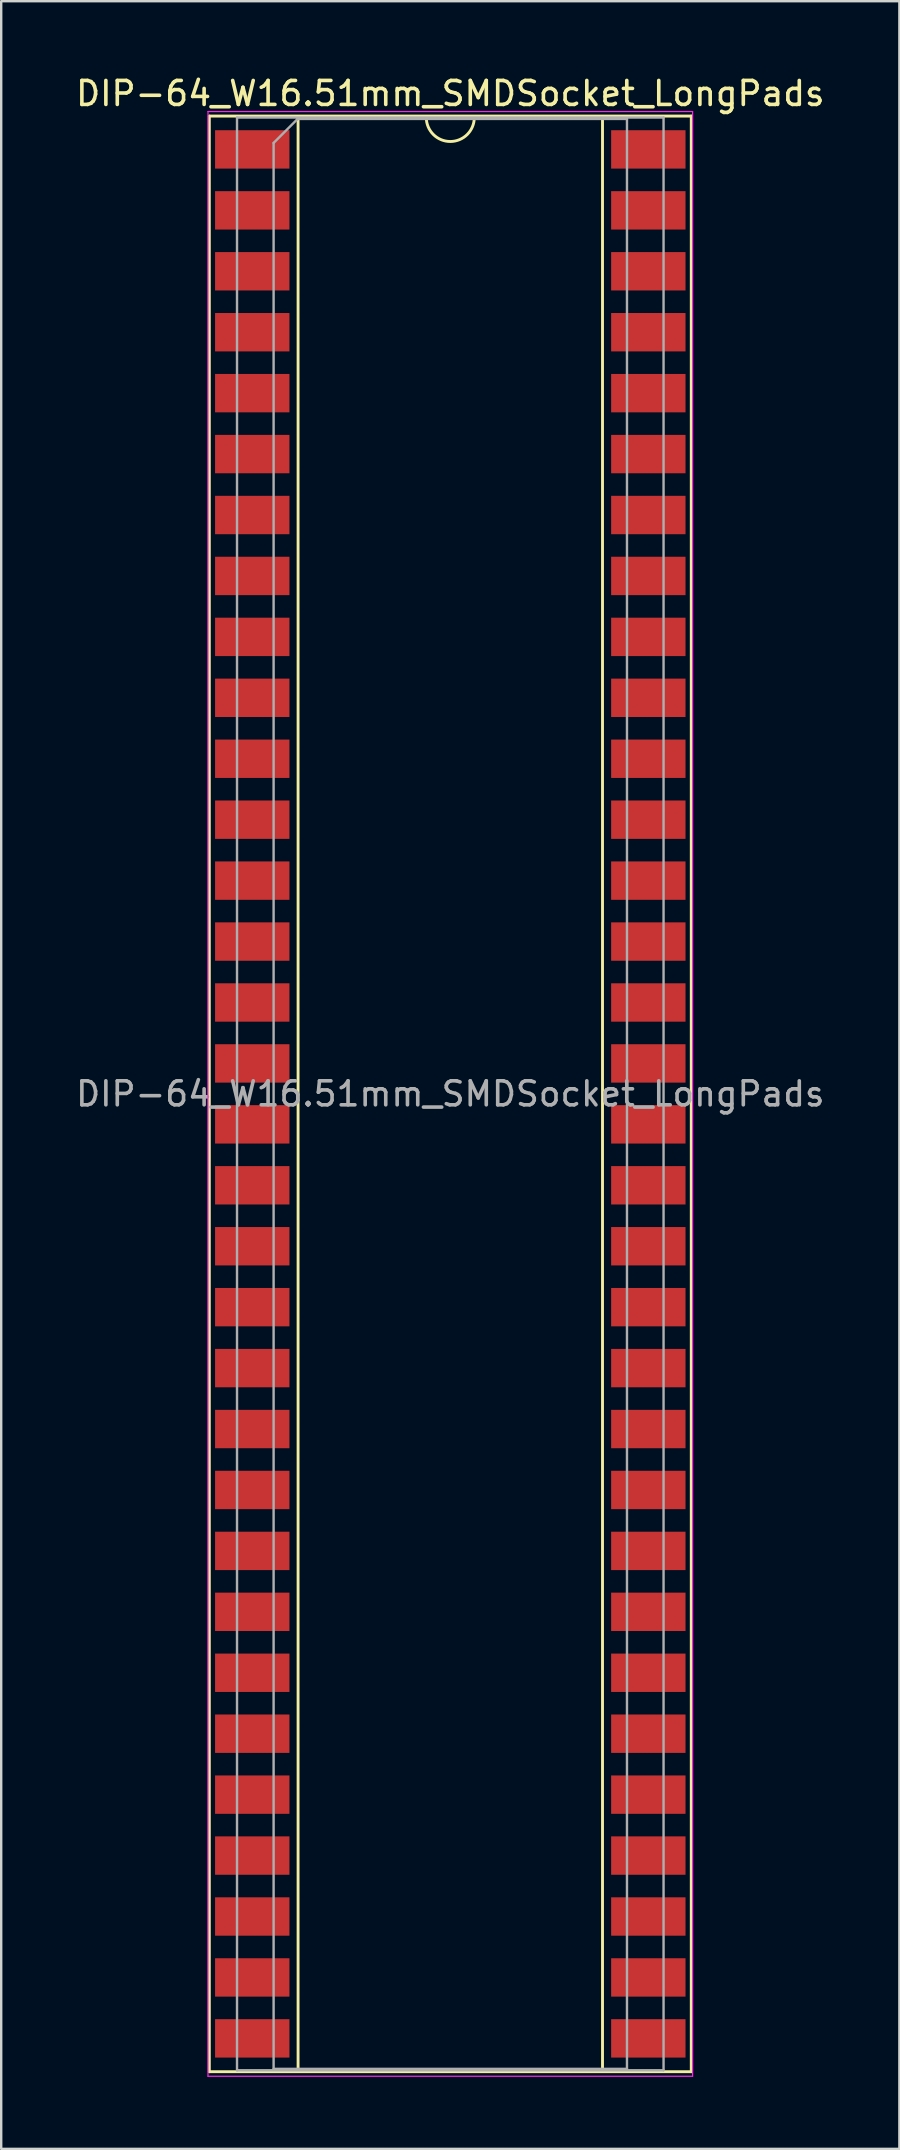
<source format=kicad_pcb>
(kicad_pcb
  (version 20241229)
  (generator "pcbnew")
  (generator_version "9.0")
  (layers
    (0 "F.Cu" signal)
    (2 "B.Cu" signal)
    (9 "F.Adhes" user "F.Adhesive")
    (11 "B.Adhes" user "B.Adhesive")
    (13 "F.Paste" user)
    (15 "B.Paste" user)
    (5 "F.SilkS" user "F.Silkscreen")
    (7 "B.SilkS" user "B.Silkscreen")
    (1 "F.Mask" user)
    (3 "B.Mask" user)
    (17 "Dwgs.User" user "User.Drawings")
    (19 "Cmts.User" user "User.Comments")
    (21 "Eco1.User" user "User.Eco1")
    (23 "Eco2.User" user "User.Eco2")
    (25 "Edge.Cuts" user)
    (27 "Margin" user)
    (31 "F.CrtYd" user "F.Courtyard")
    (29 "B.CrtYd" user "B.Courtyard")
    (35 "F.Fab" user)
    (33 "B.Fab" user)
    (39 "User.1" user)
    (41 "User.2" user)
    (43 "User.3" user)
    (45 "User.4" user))
  (footprint "DIP-64_W16.51mm_SMDSocket_LongPads"
    (layer "F.Cu")
    (at 15.72 42.548)
    (property "Reference" "DIP-64_W16.51mm_SMDSocket_LongPads" (at 0 -41.7 0) (layer "F.SilkS") (effects (font (size 1 1) (thickness 0.15))))
    (attr smd)
    (fp_line (start -10.045 -40.76) (end -10.045 40.76) (stroke (width 0.12) (type solid)) (layer "F.SilkS"))
    (fp_line (start -10.045 40.76) (end 10.045 40.76) (stroke (width 0.12) (type solid)) (layer "F.SilkS"))
    (fp_line (start -6.345 -40.7) (end -6.345 40.7) (stroke (width 0.12) (type solid)) (layer "F.SilkS"))
    (fp_line (start -6.345 40.7) (end 6.345 40.7) (stroke (width 0.12) (type solid)) (layer "F.SilkS"))
    (fp_line (start -1 -40.7) (end -6.345 -40.7) (stroke (width 0.12) (type solid)) (layer "F.SilkS"))
    (fp_line (start 6.345 -40.7) (end 1 -40.7) (stroke (width 0.12) (type solid)) (layer "F.SilkS"))
    (fp_line (start 6.345 40.7) (end 6.345 -40.7) (stroke (width 0.12) (type solid)) (layer "F.SilkS"))
    (fp_line (start 10.045 -40.76) (end -10.045 -40.76) (stroke (width 0.12) (type solid)) (layer "F.SilkS"))
    (fp_line (start 10.045 40.76) (end 10.045 -40.76) (stroke (width 0.12) (type solid)) (layer "F.SilkS"))
    (fp_arc (start 1 -40.7) (mid 0 -39.7) (end -1 -40.7) (stroke (width 0.12) (type solid)) (layer "F.SilkS"))
    (fp_line (start -10.1 -40.95) (end -10.1 40.95) (stroke (width 0.05) (type solid)) (layer "F.CrtYd"))
    (fp_line (start -10.1 40.95) (end 10.1 40.95) (stroke (width 0.05) (type solid)) (layer "F.CrtYd"))
    (fp_line (start 10.1 -40.95) (end -10.1 -40.95) (stroke (width 0.05) (type solid)) (layer "F.CrtYd"))
    (fp_line (start 10.1 40.95) (end 10.1 -40.95) (stroke (width 0.05) (type solid)) (layer "F.CrtYd"))
    (fp_line (start -8.89 -40.7) (end -8.89 40.7) (stroke (width 0.1) (type solid)) (layer "F.Fab"))
    (fp_line (start -8.89 40.7) (end 8.89 40.7) (stroke (width 0.1) (type solid)) (layer "F.Fab"))
    (fp_line (start -7.365 -39.64) (end -6.365 -40.64) (stroke (width 0.1) (type solid)) (layer "F.Fab"))
    (fp_line (start -7.365 40.64) (end -7.365 -39.64) (stroke (width 0.1) (type solid)) (layer "F.Fab"))
    (fp_line (start -6.365 -40.64) (end 7.365 -40.64) (stroke (width 0.1) (type solid)) (layer "F.Fab"))
    (fp_line (start 7.365 -40.64) (end 7.365 40.64) (stroke (width 0.1) (type solid)) (layer "F.Fab"))
    (fp_line (start 7.365 40.64) (end -7.365 40.64) (stroke (width 0.1) (type solid)) (layer "F.Fab"))
    (fp_line (start 8.89 -40.7) (end -8.89 -40.7) (stroke (width 0.1) (type solid)) (layer "F.Fab"))
    (fp_line (start 8.89 40.7) (end 8.89 -40.7) (stroke (width 0.1) (type solid)) (layer "F.Fab"))
    (fp_text user "${REFERENCE}" (at 0 0 0) (layer "F.Fab") (effects (font (size 1 1) (thickness 0.15))))
    (pad "1" smd rect (at -8.255 -39.37) (size 3.1 1.6) (layers "F.Cu" "F.Mask" "F.Paste"))
    (pad "2" smd rect (at -8.255 -36.83) (size 3.1 1.6) (layers "F.Cu" "F.Mask" "F.Paste"))
    (pad "3" smd rect (at -8.255 -34.29) (size 3.1 1.6) (layers "F.Cu" "F.Mask" "F.Paste"))
    (pad "4" smd rect (at -8.255 -31.75) (size 3.1 1.6) (layers "F.Cu" "F.Mask" "F.Paste"))
    (pad "5" smd rect (at -8.255 -29.21) (size 3.1 1.6) (layers "F.Cu" "F.Mask" "F.Paste"))
    (pad "6" smd rect (at -8.255 -26.67) (size 3.1 1.6) (layers "F.Cu" "F.Mask" "F.Paste"))
    (pad "7" smd rect (at -8.255 -24.13) (size 3.1 1.6) (layers "F.Cu" "F.Mask" "F.Paste"))
    (pad "8" smd rect (at -8.255 -21.59) (size 3.1 1.6) (layers "F.Cu" "F.Mask" "F.Paste"))
    (pad "9" smd rect (at -8.255 -19.05) (size 3.1 1.6) (layers "F.Cu" "F.Mask" "F.Paste"))
    (pad "10" smd rect (at -8.255 -16.51) (size 3.1 1.6) (layers "F.Cu" "F.Mask" "F.Paste"))
    (pad "11" smd rect (at -8.255 -13.97) (size 3.1 1.6) (layers "F.Cu" "F.Mask" "F.Paste"))
    (pad "12" smd rect (at -8.255 -11.43) (size 3.1 1.6) (layers "F.Cu" "F.Mask" "F.Paste"))
    (pad "13" smd rect (at -8.255 -8.89) (size 3.1 1.6) (layers "F.Cu" "F.Mask" "F.Paste"))
    (pad "14" smd rect (at -8.255 -6.35) (size 3.1 1.6) (layers "F.Cu" "F.Mask" "F.Paste"))
    (pad "15" smd rect (at -8.255 -3.81) (size 3.1 1.6) (layers "F.Cu" "F.Mask" "F.Paste"))
    (pad "16" smd rect (at -8.255 -1.27) (size 3.1 1.6) (layers "F.Cu" "F.Mask" "F.Paste"))
    (pad "17" smd rect (at -8.255 1.27) (size 3.1 1.6) (layers "F.Cu" "F.Mask" "F.Paste"))
    (pad "18" smd rect (at -8.255 3.81) (size 3.1 1.6) (layers "F.Cu" "F.Mask" "F.Paste"))
    (pad "19" smd rect (at -8.255 6.35) (size 3.1 1.6) (layers "F.Cu" "F.Mask" "F.Paste"))
    (pad "20" smd rect (at -8.255 8.89) (size 3.1 1.6) (layers "F.Cu" "F.Mask" "F.Paste"))
    (pad "21" smd rect (at -8.255 11.43) (size 3.1 1.6) (layers "F.Cu" "F.Mask" "F.Paste"))
    (pad "22" smd rect (at -8.255 13.97) (size 3.1 1.6) (layers "F.Cu" "F.Mask" "F.Paste"))
    (pad "23" smd rect (at -8.255 16.51) (size 3.1 1.6) (layers "F.Cu" "F.Mask" "F.Paste"))
    (pad "24" smd rect (at -8.255 19.05) (size 3.1 1.6) (layers "F.Cu" "F.Mask" "F.Paste"))
    (pad "25" smd rect (at -8.255 21.59) (size 3.1 1.6) (layers "F.Cu" "F.Mask" "F.Paste"))
    (pad "26" smd rect (at -8.255 24.13) (size 3.1 1.6) (layers "F.Cu" "F.Mask" "F.Paste"))
    (pad "27" smd rect (at -8.255 26.67) (size 3.1 1.6) (layers "F.Cu" "F.Mask" "F.Paste"))
    (pad "28" smd rect (at -8.255 29.21) (size 3.1 1.6) (layers "F.Cu" "F.Mask" "F.Paste"))
    (pad "29" smd rect (at -8.255 31.75) (size 3.1 1.6) (layers "F.Cu" "F.Mask" "F.Paste"))
    (pad "30" smd rect (at -8.255 34.29) (size 3.1 1.6) (layers "F.Cu" "F.Mask" "F.Paste"))
    (pad "31" smd rect (at -8.255 36.83) (size 3.1 1.6) (layers "F.Cu" "F.Mask" "F.Paste"))
    (pad "32" smd rect (at -8.255 39.37) (size 3.1 1.6) (layers "F.Cu" "F.Mask" "F.Paste"))
    (pad "33" smd rect (at 8.255 39.37) (size 3.1 1.6) (layers "F.Cu" "F.Mask" "F.Paste"))
    (pad "34" smd rect (at 8.255 36.83) (size 3.1 1.6) (layers "F.Cu" "F.Mask" "F.Paste"))
    (pad "35" smd rect (at 8.255 34.29) (size 3.1 1.6) (layers "F.Cu" "F.Mask" "F.Paste"))
    (pad "36" smd rect (at 8.255 31.75) (size 3.1 1.6) (layers "F.Cu" "F.Mask" "F.Paste"))
    (pad "37" smd rect (at 8.255 29.21) (size 3.1 1.6) (layers "F.Cu" "F.Mask" "F.Paste"))
    (pad "38" smd rect (at 8.255 26.67) (size 3.1 1.6) (layers "F.Cu" "F.Mask" "F.Paste"))
    (pad "39" smd rect (at 8.255 24.13) (size 3.1 1.6) (layers "F.Cu" "F.Mask" "F.Paste"))
    (pad "40" smd rect (at 8.255 21.59) (size 3.1 1.6) (layers "F.Cu" "F.Mask" "F.Paste"))
    (pad "41" smd rect (at 8.255 19.05) (size 3.1 1.6) (layers "F.Cu" "F.Mask" "F.Paste"))
    (pad "42" smd rect (at 8.255 16.51) (size 3.1 1.6) (layers "F.Cu" "F.Mask" "F.Paste"))
    (pad "43" smd rect (at 8.255 13.97) (size 3.1 1.6) (layers "F.Cu" "F.Mask" "F.Paste"))
    (pad "44" smd rect (at 8.255 11.43) (size 3.1 1.6) (layers "F.Cu" "F.Mask" "F.Paste"))
    (pad "45" smd rect (at 8.255 8.89) (size 3.1 1.6) (layers "F.Cu" "F.Mask" "F.Paste"))
    (pad "46" smd rect (at 8.255 6.35) (size 3.1 1.6) (layers "F.Cu" "F.Mask" "F.Paste"))
    (pad "47" smd rect (at 8.255 3.81) (size 3.1 1.6) (layers "F.Cu" "F.Mask" "F.Paste"))
    (pad "48" smd rect (at 8.255 1.27) (size 3.1 1.6) (layers "F.Cu" "F.Mask" "F.Paste"))
    (pad "49" smd rect (at 8.255 -1.27) (size 3.1 1.6) (layers "F.Cu" "F.Mask" "F.Paste"))
    (pad "50" smd rect (at 8.255 -3.81) (size 3.1 1.6) (layers "F.Cu" "F.Mask" "F.Paste"))
    (pad "51" smd rect (at 8.255 -6.35) (size 3.1 1.6) (layers "F.Cu" "F.Mask" "F.Paste"))
    (pad "52" smd rect (at 8.255 -8.89) (size 3.1 1.6) (layers "F.Cu" "F.Mask" "F.Paste"))
    (pad "53" smd rect (at 8.255 -11.43) (size 3.1 1.6) (layers "F.Cu" "F.Mask" "F.Paste"))
    (pad "54" smd rect (at 8.255 -13.97) (size 3.1 1.6) (layers "F.Cu" "F.Mask" "F.Paste"))
    (pad "55" smd rect (at 8.255 -16.51) (size 3.1 1.6) (layers "F.Cu" "F.Mask" "F.Paste"))
    (pad "56" smd rect (at 8.255 -19.05) (size 3.1 1.6) (layers "F.Cu" "F.Mask" "F.Paste"))
    (pad "57" smd rect (at 8.255 -21.59) (size 3.1 1.6) (layers "F.Cu" "F.Mask" "F.Paste"))
    (pad "58" smd rect (at 8.255 -24.13) (size 3.1 1.6) (layers "F.Cu" "F.Mask" "F.Paste"))
    (pad "59" smd rect (at 8.255 -26.67) (size 3.1 1.6) (layers "F.Cu" "F.Mask" "F.Paste"))
    (pad "60" smd rect (at 8.255 -29.21) (size 3.1 1.6) (layers "F.Cu" "F.Mask" "F.Paste"))
    (pad "61" smd rect (at 8.255 -31.75) (size 3.1 1.6) (layers "F.Cu" "F.Mask" "F.Paste"))
    (pad "62" smd rect (at 8.255 -34.29) (size 3.1 1.6) (layers "F.Cu" "F.Mask" "F.Paste"))
    (pad "63" smd rect (at 8.255 -36.83) (size 3.1 1.6) (layers "F.Cu" "F.Mask" "F.Paste"))
    (pad "64" smd rect (at 8.255 -39.37) (size 3.1 1.6) (layers "F.Cu" "F.Mask" "F.Paste")))
  (gr_rect
    (start -3 -3)
    (end 34.44 86.523)
    (stroke (width 0.1) (type default))
    (fill no)
    (layer "Edge.Cuts")))
</source>
